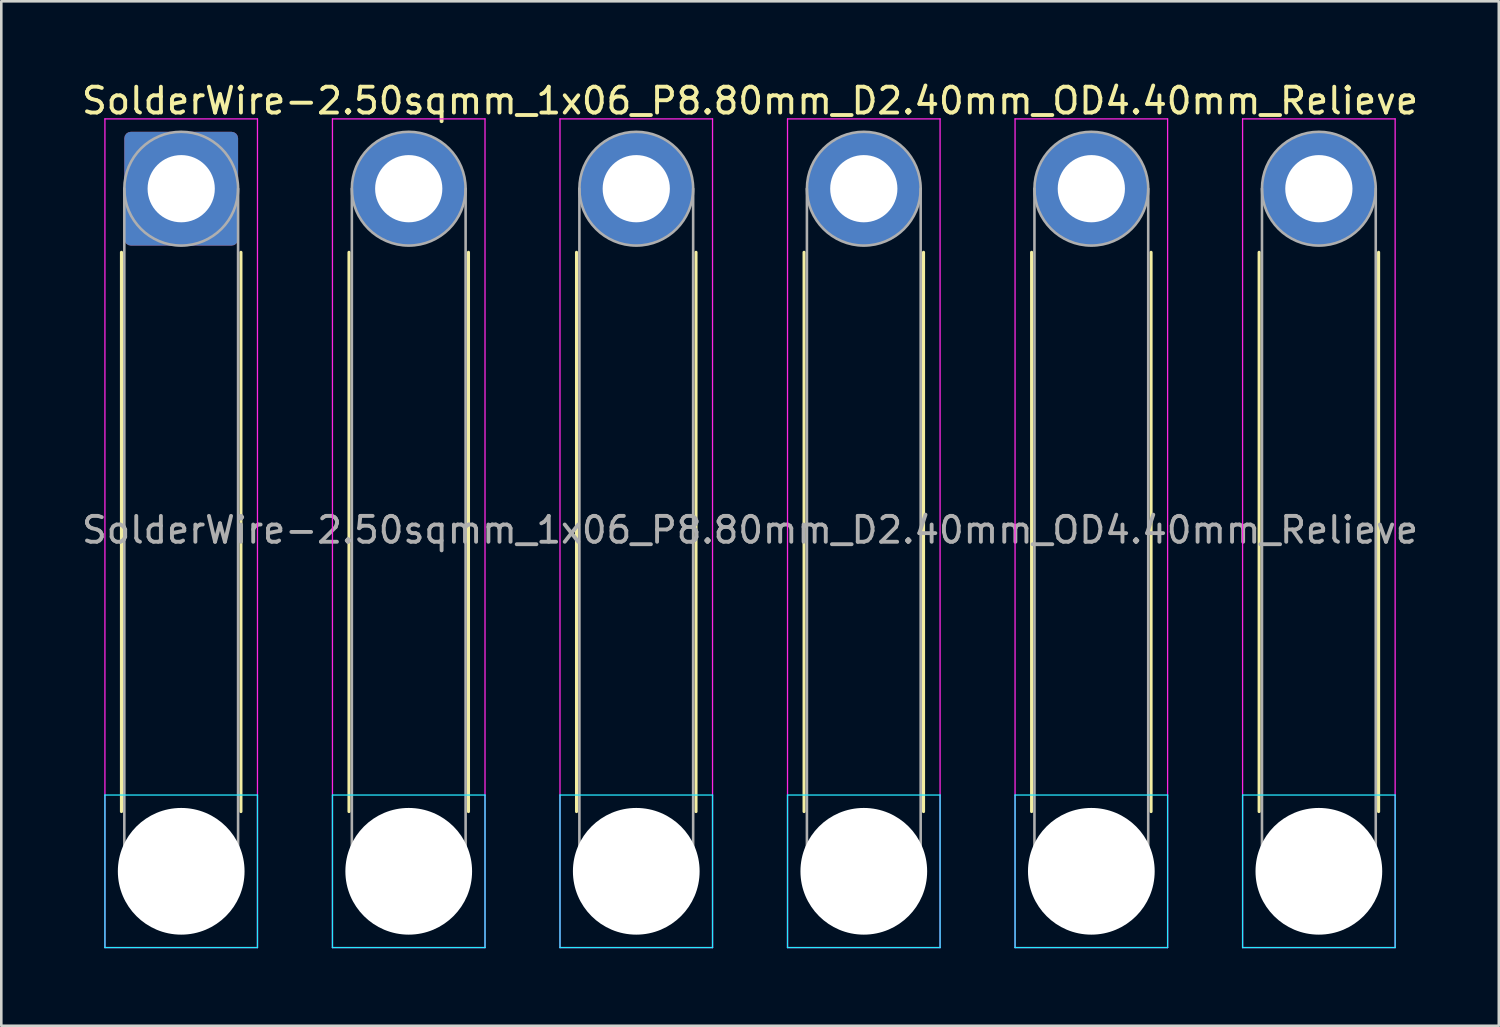
<source format=kicad_pcb>
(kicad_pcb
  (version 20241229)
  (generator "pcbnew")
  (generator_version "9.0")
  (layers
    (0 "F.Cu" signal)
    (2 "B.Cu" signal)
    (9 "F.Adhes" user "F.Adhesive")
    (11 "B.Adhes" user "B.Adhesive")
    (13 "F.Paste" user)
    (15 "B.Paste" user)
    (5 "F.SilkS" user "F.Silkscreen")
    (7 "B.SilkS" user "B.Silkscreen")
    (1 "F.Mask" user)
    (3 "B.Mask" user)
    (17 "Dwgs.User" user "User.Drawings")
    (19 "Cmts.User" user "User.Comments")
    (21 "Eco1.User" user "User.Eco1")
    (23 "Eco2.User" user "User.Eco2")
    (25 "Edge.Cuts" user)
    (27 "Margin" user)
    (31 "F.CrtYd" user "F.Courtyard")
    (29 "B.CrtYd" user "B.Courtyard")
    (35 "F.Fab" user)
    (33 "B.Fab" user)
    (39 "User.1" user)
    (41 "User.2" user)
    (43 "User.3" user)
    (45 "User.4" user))
  (footprint "SolderWire-2.50sqmm_1x06_P8.80mm_D2.40mm_OD4.40mm_Relieve"
    (layer "F.Cu")
    (at 3.958 4.248)
    (property "Reference" "SolderWire-2.50sqmm_1x06_P8.80mm_D2.40mm_OD4.40mm_Relieve" (at 22 -3.4 0) (layer "F.SilkS") (effects (font (size 1 1) (thickness 0.15))))
    (attr exclude_from_pos_files exclude_from_bom)
    (fp_line (start -2.31 2.46) (end -2.31 24.09) (stroke (width 0.12) (type solid)) (layer "F.SilkS"))
    (fp_line (start 2.31 2.46) (end 2.31 24.09) (stroke (width 0.12) (type solid)) (layer "F.SilkS"))
    (fp_line (start 6.49 2.46) (end 6.49 24.09) (stroke (width 0.12) (type solid)) (layer "F.SilkS"))
    (fp_line (start 11.11 2.46) (end 11.11 24.09) (stroke (width 0.12) (type solid)) (layer "F.SilkS"))
    (fp_line (start 15.29 2.46) (end 15.29 24.09) (stroke (width 0.12) (type solid)) (layer "F.SilkS"))
    (fp_line (start 19.91 2.46) (end 19.91 24.09) (stroke (width 0.12) (type solid)) (layer "F.SilkS"))
    (fp_line (start 24.09 2.46) (end 24.09 24.09) (stroke (width 0.12) (type solid)) (layer "F.SilkS"))
    (fp_line (start 28.71 2.46) (end 28.71 24.09) (stroke (width 0.12) (type solid)) (layer "F.SilkS"))
    (fp_line (start 32.89 2.46) (end 32.89 24.09) (stroke (width 0.12) (type solid)) (layer "F.SilkS"))
    (fp_line (start 37.51 2.46) (end 37.51 24.09) (stroke (width 0.12) (type solid)) (layer "F.SilkS"))
    (fp_line (start 41.69 2.46) (end 41.69 24.09) (stroke (width 0.12) (type solid)) (layer "F.SilkS"))
    (fp_line (start 46.31 2.46) (end 46.31 24.09) (stroke (width 0.12) (type solid)) (layer "F.SilkS"))
    (fp_line (start -2.95 23.45) (end -2.95 29.35) (stroke (width 0.05) (type solid)) (layer "B.CrtYd"))
    (fp_line (start -2.95 29.35) (end 2.95 29.35) (stroke (width 0.05) (type solid)) (layer "B.CrtYd"))
    (fp_line (start 2.95 23.45) (end -2.95 23.45) (stroke (width 0.05) (type solid)) (layer "B.CrtYd"))
    (fp_line (start 2.95 29.35) (end 2.95 23.45) (stroke (width 0.05) (type solid)) (layer "B.CrtYd"))
    (fp_line (start 5.85 23.45) (end 5.85 29.35) (stroke (width 0.05) (type solid)) (layer "B.CrtYd"))
    (fp_line (start 5.85 29.35) (end 11.75 29.35) (stroke (width 0.05) (type solid)) (layer "B.CrtYd"))
    (fp_line (start 11.75 23.45) (end 5.85 23.45) (stroke (width 0.05) (type solid)) (layer "B.CrtYd"))
    (fp_line (start 11.75 29.35) (end 11.75 23.45) (stroke (width 0.05) (type solid)) (layer "B.CrtYd"))
    (fp_line (start 14.65 23.45) (end 14.65 29.35) (stroke (width 0.05) (type solid)) (layer "B.CrtYd"))
    (fp_line (start 14.65 29.35) (end 20.55 29.35) (stroke (width 0.05) (type solid)) (layer "B.CrtYd"))
    (fp_line (start 20.55 23.45) (end 14.65 23.45) (stroke (width 0.05) (type solid)) (layer "B.CrtYd"))
    (fp_line (start 20.55 29.35) (end 20.55 23.45) (stroke (width 0.05) (type solid)) (layer "B.CrtYd"))
    (fp_line (start 23.45 23.45) (end 23.45 29.35) (stroke (width 0.05) (type solid)) (layer "B.CrtYd"))
    (fp_line (start 23.45 29.35) (end 29.35 29.35) (stroke (width 0.05) (type solid)) (layer "B.CrtYd"))
    (fp_line (start 29.35 23.45) (end 23.45 23.45) (stroke (width 0.05) (type solid)) (layer "B.CrtYd"))
    (fp_line (start 29.35 29.35) (end 29.35 23.45) (stroke (width 0.05) (type solid)) (layer "B.CrtYd"))
    (fp_line (start 32.25 23.45) (end 32.25 29.35) (stroke (width 0.05) (type solid)) (layer "B.CrtYd"))
    (fp_line (start 32.25 29.35) (end 38.15 29.35) (stroke (width 0.05) (type solid)) (layer "B.CrtYd"))
    (fp_line (start 38.15 23.45) (end 32.25 23.45) (stroke (width 0.05) (type solid)) (layer "B.CrtYd"))
    (fp_line (start 38.15 29.35) (end 38.15 23.45) (stroke (width 0.05) (type solid)) (layer "B.CrtYd"))
    (fp_line (start 41.05 23.45) (end 41.05 29.35) (stroke (width 0.05) (type solid)) (layer "B.CrtYd"))
    (fp_line (start 41.05 29.35) (end 46.95 29.35) (stroke (width 0.05) (type solid)) (layer "B.CrtYd"))
    (fp_line (start 46.95 23.45) (end 41.05 23.45) (stroke (width 0.05) (type solid)) (layer "B.CrtYd"))
    (fp_line (start 46.95 29.35) (end 46.95 23.45) (stroke (width 0.05) (type solid)) (layer "B.CrtYd"))
    (fp_line (start -2.95 -2.7) (end -2.95 29.35) (stroke (width 0.05) (type solid)) (layer "F.CrtYd"))
    (fp_line (start -2.95 29.35) (end 2.95 29.35) (stroke (width 0.05) (type solid)) (layer "F.CrtYd"))
    (fp_line (start 2.95 -2.7) (end -2.95 -2.7) (stroke (width 0.05) (type solid)) (layer "F.CrtYd"))
    (fp_line (start 2.95 29.35) (end 2.95 -2.7) (stroke (width 0.05) (type solid)) (layer "F.CrtYd"))
    (fp_line (start 5.85 -2.7) (end 5.85 29.35) (stroke (width 0.05) (type solid)) (layer "F.CrtYd"))
    (fp_line (start 5.85 29.35) (end 11.75 29.35) (stroke (width 0.05) (type solid)) (layer "F.CrtYd"))
    (fp_line (start 11.75 -2.7) (end 5.85 -2.7) (stroke (width 0.05) (type solid)) (layer "F.CrtYd"))
    (fp_line (start 11.75 29.35) (end 11.75 -2.7) (stroke (width 0.05) (type solid)) (layer "F.CrtYd"))
    (fp_line (start 14.65 -2.7) (end 14.65 29.35) (stroke (width 0.05) (type solid)) (layer "F.CrtYd"))
    (fp_line (start 14.65 29.35) (end 20.55 29.35) (stroke (width 0.05) (type solid)) (layer "F.CrtYd"))
    (fp_line (start 20.55 -2.7) (end 14.65 -2.7) (stroke (width 0.05) (type solid)) (layer "F.CrtYd"))
    (fp_line (start 20.55 29.35) (end 20.55 -2.7) (stroke (width 0.05) (type solid)) (layer "F.CrtYd"))
    (fp_line (start 23.45 -2.7) (end 23.45 29.35) (stroke (width 0.05) (type solid)) (layer "F.CrtYd"))
    (fp_line (start 23.45 29.35) (end 29.35 29.35) (stroke (width 0.05) (type solid)) (layer "F.CrtYd"))
    (fp_line (start 29.35 -2.7) (end 23.45 -2.7) (stroke (width 0.05) (type solid)) (layer "F.CrtYd"))
    (fp_line (start 29.35 29.35) (end 29.35 -2.7) (stroke (width 0.05) (type solid)) (layer "F.CrtYd"))
    (fp_line (start 32.25 -2.7) (end 32.25 29.35) (stroke (width 0.05) (type solid)) (layer "F.CrtYd"))
    (fp_line (start 32.25 29.35) (end 38.15 29.35) (stroke (width 0.05) (type solid)) (layer "F.CrtYd"))
    (fp_line (start 38.15 -2.7) (end 32.25 -2.7) (stroke (width 0.05) (type solid)) (layer "F.CrtYd"))
    (fp_line (start 38.15 29.35) (end 38.15 -2.7) (stroke (width 0.05) (type solid)) (layer "F.CrtYd"))
    (fp_line (start 41.05 -2.7) (end 41.05 29.35) (stroke (width 0.05) (type solid)) (layer "F.CrtYd"))
    (fp_line (start 41.05 29.35) (end 46.95 29.35) (stroke (width 0.05) (type solid)) (layer "F.CrtYd"))
    (fp_line (start 46.95 -2.7) (end 41.05 -2.7) (stroke (width 0.05) (type solid)) (layer "F.CrtYd"))
    (fp_line (start 46.95 29.35) (end 46.95 -2.7) (stroke (width 0.05) (type solid)) (layer "F.CrtYd"))
    (fp_line (start -2.2 0) (end -2.2 26.4) (stroke (width 0.1) (type solid)) (layer "F.Fab"))
    (fp_line (start 2.2 0) (end 2.2 26.4) (stroke (width 0.1) (type solid)) (layer "F.Fab"))
    (fp_line (start 6.6 0) (end 6.6 26.4) (stroke (width 0.1) (type solid)) (layer "F.Fab"))
    (fp_line (start 11 0) (end 11 26.4) (stroke (width 0.1) (type solid)) (layer "F.Fab"))
    (fp_line (start 15.4 0) (end 15.4 26.4) (stroke (width 0.1) (type solid)) (layer "F.Fab"))
    (fp_line (start 19.8 0) (end 19.8 26.4) (stroke (width 0.1) (type solid)) (layer "F.Fab"))
    (fp_line (start 24.2 0) (end 24.2 26.4) (stroke (width 0.1) (type solid)) (layer "F.Fab"))
    (fp_line (start 28.6 0) (end 28.6 26.4) (stroke (width 0.1) (type solid)) (layer "F.Fab"))
    (fp_line (start 33 0) (end 33 26.4) (stroke (width 0.1) (type solid)) (layer "F.Fab"))
    (fp_line (start 37.4 0) (end 37.4 26.4) (stroke (width 0.1) (type solid)) (layer "F.Fab"))
    (fp_line (start 41.8 0) (end 41.8 26.4) (stroke (width 0.1) (type solid)) (layer "F.Fab"))
    (fp_line (start 46.2 0) (end 46.2 26.4) (stroke (width 0.1) (type solid)) (layer "F.Fab"))
    (fp_circle (center 0 0) (end 2.2 0) (stroke (width 0.1) (type solid)) (fill no) (layer "F.Fab"))
    (fp_circle (center 0 26.4) (end 2.2 26.4) (stroke (width 0.1) (type solid)) (fill no) (layer "F.Fab"))
    (fp_circle (center 8.8 0) (end 11 0) (stroke (width 0.1) (type solid)) (fill no) (layer "F.Fab"))
    (fp_circle (center 8.8 26.4) (end 11 26.4) (stroke (width 0.1) (type solid)) (fill no) (layer "F.Fab"))
    (fp_circle (center 17.6 0) (end 19.8 0) (stroke (width 0.1) (type solid)) (fill no) (layer "F.Fab"))
    (fp_circle (center 17.6 26.4) (end 19.8 26.4) (stroke (width 0.1) (type solid)) (fill no) (layer "F.Fab"))
    (fp_circle (center 26.4 0) (end 28.6 0) (stroke (width 0.1) (type solid)) (fill no) (layer "F.Fab"))
    (fp_circle (center 26.4 26.4) (end 28.6 26.4) (stroke (width 0.1) (type solid)) (fill no) (layer "F.Fab"))
    (fp_circle (center 35.2 0) (end 37.4 0) (stroke (width 0.1) (type solid)) (fill no) (layer "F.Fab"))
    (fp_circle (center 35.2 26.4) (end 37.4 26.4) (stroke (width 0.1) (type solid)) (fill no) (layer "F.Fab"))
    (fp_circle (center 44 0) (end 46.2 0) (stroke (width 0.1) (type solid)) (fill no) (layer "F.Fab"))
    (fp_circle (center 44 26.4) (end 46.2 26.4) (stroke (width 0.1) (type solid)) (fill no) (layer "F.Fab"))
    (fp_text user "${REFERENCE}" (at 22 13.2 0) (layer "F.Fab") (effects (font (size 1 1) (thickness 0.15))))
    (pad "" np_thru_hole circle (at 0 26.4) (size 4.9 4.9) (drill 4.9) (layers "*.Cu" "*.Mask"))
    (pad "" np_thru_hole circle (at 8.8 26.4) (size 4.9 4.9) (drill 4.9) (layers "*.Cu" "*.Mask"))
    (pad "" np_thru_hole circle (at 17.6 26.4) (size 4.9 4.9) (drill 4.9) (layers "*.Cu" "*.Mask"))
    (pad "" np_thru_hole circle (at 26.4 26.4) (size 4.9 4.9) (drill 4.9) (layers "*.Cu" "*.Mask"))
    (pad "" np_thru_hole circle (at 35.2 26.4) (size 4.9 4.9) (drill 4.9) (layers "*.Cu" "*.Mask"))
    (pad "" np_thru_hole circle (at 44 26.4) (size 4.9 4.9) (drill 4.9) (layers "*.Cu" "*.Mask"))
    (pad "1" thru_hole roundrect (at 0 0) (size 4.4 4.4) (drill 2.6) (layers "*.Cu" "*.Mask") (roundrect_rratio 0.057))
    (pad "2" thru_hole circle (at 8.8 0) (size 4.4 4.4) (drill 2.6) (layers "*.Cu" "*.Mask"))
    (pad "3" thru_hole circle (at 17.6 0) (size 4.4 4.4) (drill 2.6) (layers "*.Cu" "*.Mask"))
    (pad "4" thru_hole circle (at 26.4 0) (size 4.4 4.4) (drill 2.6) (layers "*.Cu" "*.Mask"))
    (pad "5" thru_hole circle (at 35.2 0) (size 4.4 4.4) (drill 2.6) (layers "*.Cu" "*.Mask"))
    (pad "6" thru_hole circle (at 44 0) (size 4.4 4.4) (drill 2.6) (layers "*.Cu" "*.Mask")))
  (gr_rect
    (start -3 -3)
    (end 54.917 36.623)
    (stroke (width 0.1) (type default))
    (fill no)
    (layer "Edge.Cuts")))
</source>
